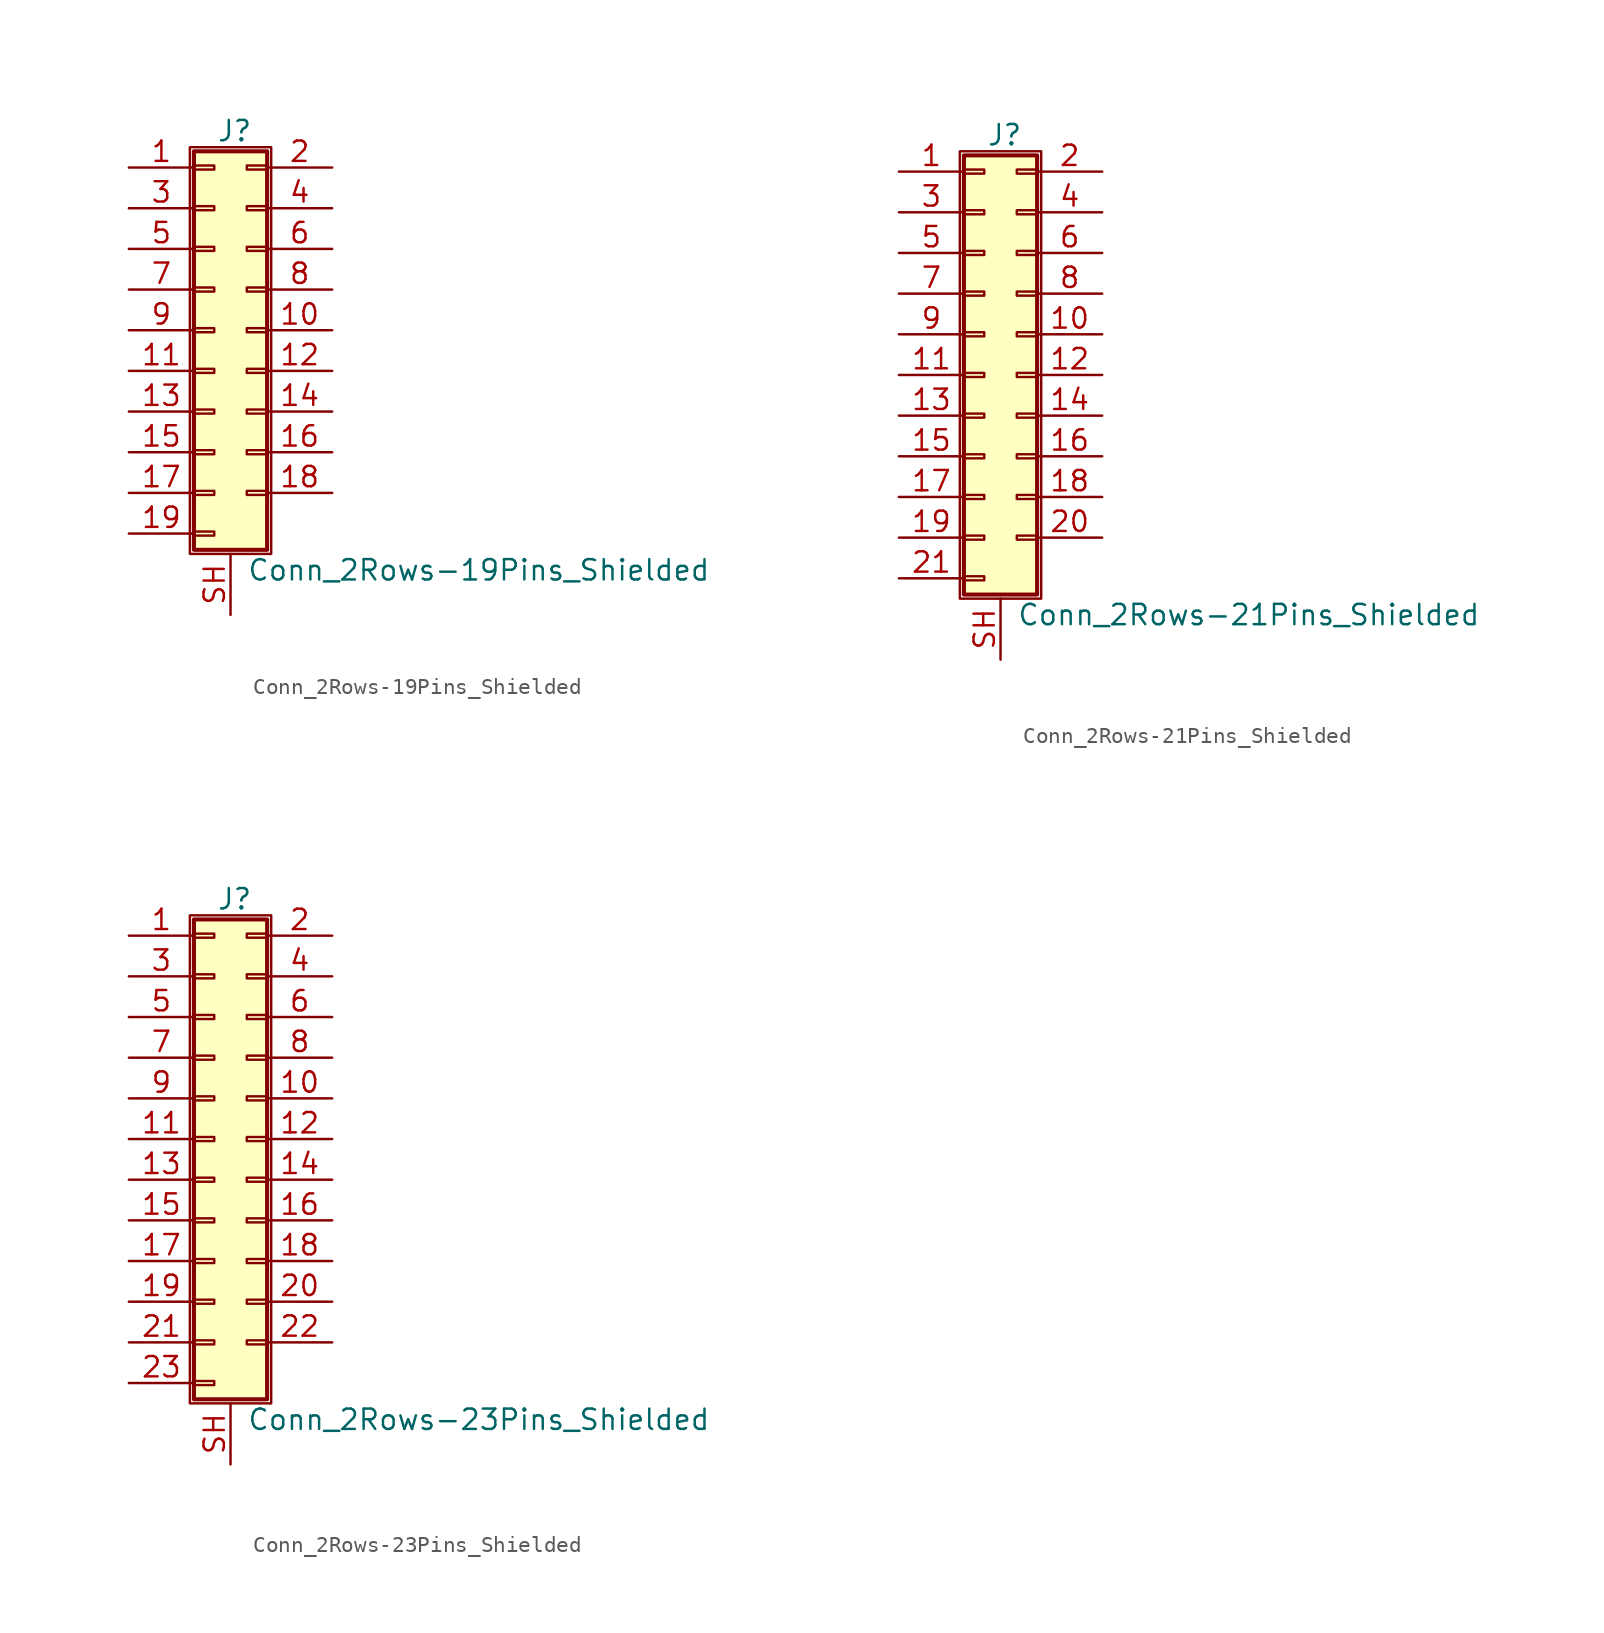
<source format=kicad_sym>
(kicad_symbol_lib
  (version 20201005)
  (generator kicad_symbol_editor)
  (symbol "Conn_2Rows-19Pins_Shielded"
    (pin_names
      (offset 1.016) hide)
    (property "Reference" "J"
      (at 1.524 12.446 0)
      (effects (font (size 1.27 1.27))))
    (property "Value" "Conn_2Rows-19Pins_Shielded"
      (at 2.286 -14.986 0)
      (effects (font (size 1.27 1.27)) (justify left)))
    (symbol "Conn_2Rows-19Pins_Shielded_1_1"
      (rectangle (start -1.27 11.43) (end 3.81 -13.97) (stroke (width 0.152)) (fill (type none)))
      (rectangle (start -1.016 -12.573) (end 0.254 -12.827) (stroke (width 0.152)) (fill (type none)))
      (rectangle (start -1.016 -10.033) (end 0.254 -10.287) (stroke (width 0.152)) (fill (type none)))
      (rectangle (start -1.016 -7.493) (end 0.254 -7.747) (stroke (width 0.152)) (fill (type none)))
      (rectangle (start -1.016 -4.953) (end 0.254 -5.207) (stroke (width 0.152)) (fill (type none)))
      (rectangle (start -1.016 -2.413) (end 0.254 -2.667) (stroke (width 0.152)) (fill (type none)))
      (rectangle (start -1.016 0.127) (end 0.254 -0.127) (stroke (width 0.152)) (fill (type none)))
      (rectangle (start -1.016 2.667) (end 0.254 2.413) (stroke (width 0.152)) (fill (type none)))
      (rectangle (start -1.016 5.207) (end 0.254 4.953) (stroke (width 0.152)) (fill (type none)))
      (rectangle (start -1.016 7.747) (end 0.254 7.493) (stroke (width 0.152)) (fill (type none)))
      (rectangle (start -1.016 10.287) (end 0.254 10.033) (stroke (width 0.152)) (fill (type none)))
      (rectangle (start 3.556 -10.033) (end 2.286 -10.287) (stroke (width 0.152)) (fill (type none)))
      (rectangle (start 3.556 -7.493) (end 2.286 -7.747) (stroke (width 0.152)) (fill (type none)))
      (rectangle (start 3.556 -4.953) (end 2.286 -5.207) (stroke (width 0.152)) (fill (type none)))
      (rectangle (start 3.556 -2.413) (end 2.286 -2.667) (stroke (width 0.152)) (fill (type none)))
      (rectangle (start 3.556 0.127) (end 2.286 -0.127) (stroke (width 0.152)) (fill (type none)))
      (rectangle (start 3.556 2.667) (end 2.286 2.413) (stroke (width 0.152)) (fill (type none)))
      (rectangle (start 3.556 5.207) (end 2.286 4.953) (stroke (width 0.152)) (fill (type none)))
      (rectangle (start 3.556 7.747) (end 2.286 7.493) (stroke (width 0.152)) (fill (type none)))
      (rectangle (start 3.556 10.287) (end 2.286 10.033) (stroke (width 0.152)) (fill (type none)))
      (rectangle (start -1.016 11.176) (end 3.556 -13.716) (stroke (width 0.254)) (fill (type background)))
      (pin passive line (at -5.08 10.16 0) (length 4.064) (name "Pin_1" (effects (font (size 1.27 1.27)))) (number "1" (effects (font (size 1.27 1.27)))))
      (pin passive line (at 7.62 0 180) (length 4.064) (name "Pin_10" (effects (font (size 1.27 1.27)))) (number "10" (effects (font (size 1.27 1.27)))))
      (pin passive line (at -5.08 -2.54 0) (length 4.064) (name "Pin_11" (effects (font (size 1.27 1.27)))) (number "11" (effects (font (size 1.27 1.27)))))
      (pin passive line (at 7.62 -2.54 180) (length 4.064) (name "Pin_12" (effects (font (size 1.27 1.27)))) (number "12" (effects (font (size 1.27 1.27)))))
      (pin passive line (at -5.08 -5.08 0) (length 4.064) (name "Pin_13" (effects (font (size 1.27 1.27)))) (number "13" (effects (font (size 1.27 1.27)))))
      (pin passive line (at 7.62 -5.08 180) (length 4.064) (name "Pin_14" (effects (font (size 1.27 1.27)))) (number "14" (effects (font (size 1.27 1.27)))))
      (pin passive line (at -5.08 -7.62 0) (length 4.064) (name "Pin_15" (effects (font (size 1.27 1.27)))) (number "15" (effects (font (size 1.27 1.27)))))
      (pin passive line (at 7.62 -7.62 180) (length 4.064) (name "Pin_16" (effects (font (size 1.27 1.27)))) (number "16" (effects (font (size 1.27 1.27)))))
      (pin passive line (at -5.08 -10.16 0) (length 4.064) (name "Pin_17" (effects (font (size 1.27 1.27)))) (number "17" (effects (font (size 1.27 1.27)))))
      (pin passive line (at 7.62 -10.16 180) (length 4.064) (name "Pin_18" (effects (font (size 1.27 1.27)))) (number "18" (effects (font (size 1.27 1.27)))))
      (pin passive line (at -5.08 -12.7 0) (length 4.064) (name "Pin_19" (effects (font (size 1.27 1.27)))) (number "19" (effects (font (size 1.27 1.27)))))
      (pin passive line (at 7.62 10.16 180) (length 4.064) (name "Pin_2" (effects (font (size 1.27 1.27)))) (number "2" (effects (font (size 1.27 1.27)))))
      (pin passive line (at -5.08 7.62 0) (length 4.064) (name "Pin_3" (effects (font (size 1.27 1.27)))) (number "3" (effects (font (size 1.27 1.27)))))
      (pin passive line (at 7.62 7.62 180) (length 4.064) (name "Pin_4" (effects (font (size 1.27 1.27)))) (number "4" (effects (font (size 1.27 1.27)))))
      (pin passive line (at -5.08 5.08 0) (length 4.064) (name "Pin_5" (effects (font (size 1.27 1.27)))) (number "5" (effects (font (size 1.27 1.27)))))
      (pin passive line (at 7.62 5.08 180) (length 4.064) (name "Pin_6" (effects (font (size 1.27 1.27)))) (number "6" (effects (font (size 1.27 1.27)))))
      (pin passive line (at -5.08 2.54 0) (length 4.064) (name "Pin_7" (effects (font (size 1.27 1.27)))) (number "7" (effects (font (size 1.27 1.27)))))
      (pin passive line (at 7.62 2.54 180) (length 4.064) (name "Pin_8" (effects (font (size 1.27 1.27)))) (number "8" (effects (font (size 1.27 1.27)))))
      (pin passive line (at -5.08 0 0) (length 4.064) (name "Pin_9" (effects (font (size 1.27 1.27)))) (number "9" (effects (font (size 1.27 1.27)))))
      (pin passive line (at 1.27 -17.78 90) (length 3.81) (name "Shield" (effects (font (size 1.27 1.27)))) (number "SH" (effects (font (size 1.27 1.27)))))))
  (symbol "Conn_2Rows-21Pins_Shielded"
    (pin_names
      (offset 1.016) hide)
    (property "Reference" "J"
      (at 1.524 14.986 0)
      (effects (font (size 1.27 1.27))))
    (property "Value" "Conn_2Rows-21Pins_Shielded"
      (at 2.286 -14.986 0)
      (effects (font (size 1.27 1.27)) (justify left)))
    (symbol "Conn_2Rows-21Pins_Shielded_1_1"
      (rectangle (start -1.27 13.97) (end 3.81 -13.97) (stroke (width 0.152)) (fill (type none)))
      (rectangle (start -1.016 -12.573) (end 0.254 -12.827) (stroke (width 0.152)) (fill (type none)))
      (rectangle (start -1.016 -10.033) (end 0.254 -10.287) (stroke (width 0.152)) (fill (type none)))
      (rectangle (start -1.016 -7.493) (end 0.254 -7.747) (stroke (width 0.152)) (fill (type none)))
      (rectangle (start -1.016 -4.953) (end 0.254 -5.207) (stroke (width 0.152)) (fill (type none)))
      (rectangle (start -1.016 -2.413) (end 0.254 -2.667) (stroke (width 0.152)) (fill (type none)))
      (rectangle (start -1.016 0.127) (end 0.254 -0.127) (stroke (width 0.152)) (fill (type none)))
      (rectangle (start -1.016 2.667) (end 0.254 2.413) (stroke (width 0.152)) (fill (type none)))
      (rectangle (start -1.016 5.207) (end 0.254 4.953) (stroke (width 0.152)) (fill (type none)))
      (rectangle (start -1.016 7.747) (end 0.254 7.493) (stroke (width 0.152)) (fill (type none)))
      (rectangle (start -1.016 10.287) (end 0.254 10.033) (stroke (width 0.152)) (fill (type none)))
      (rectangle (start -1.016 12.827) (end 0.254 12.573) (stroke (width 0.152)) (fill (type none)))
      (rectangle (start 3.556 -10.033) (end 2.286 -10.287) (stroke (width 0.152)) (fill (type none)))
      (rectangle (start 3.556 -7.493) (end 2.286 -7.747) (stroke (width 0.152)) (fill (type none)))
      (rectangle (start 3.556 -4.953) (end 2.286 -5.207) (stroke (width 0.152)) (fill (type none)))
      (rectangle (start 3.556 -2.413) (end 2.286 -2.667) (stroke (width 0.152)) (fill (type none)))
      (rectangle (start 3.556 0.127) (end 2.286 -0.127) (stroke (width 0.152)) (fill (type none)))
      (rectangle (start 3.556 2.667) (end 2.286 2.413) (stroke (width 0.152)) (fill (type none)))
      (rectangle (start 3.556 5.207) (end 2.286 4.953) (stroke (width 0.152)) (fill (type none)))
      (rectangle (start 3.556 7.747) (end 2.286 7.493) (stroke (width 0.152)) (fill (type none)))
      (rectangle (start 3.556 10.287) (end 2.286 10.033) (stroke (width 0.152)) (fill (type none)))
      (rectangle (start 3.556 12.827) (end 2.286 12.573) (stroke (width 0.152)) (fill (type none)))
      (rectangle (start -1.016 13.716) (end 3.556 -13.716) (stroke (width 0.254)) (fill (type background)))
      (pin passive line (at -5.08 12.7 0) (length 4.064) (name "Pin_1" (effects (font (size 1.27 1.27)))) (number "1" (effects (font (size 1.27 1.27)))))
      (pin passive line (at 7.62 2.54 180) (length 4.064) (name "Pin_10" (effects (font (size 1.27 1.27)))) (number "10" (effects (font (size 1.27 1.27)))))
      (pin passive line (at -5.08 0 0) (length 4.064) (name "Pin_11" (effects (font (size 1.27 1.27)))) (number "11" (effects (font (size 1.27 1.27)))))
      (pin passive line (at 7.62 0 180) (length 4.064) (name "Pin_12" (effects (font (size 1.27 1.27)))) (number "12" (effects (font (size 1.27 1.27)))))
      (pin passive line (at -5.08 -2.54 0) (length 4.064) (name "Pin_13" (effects (font (size 1.27 1.27)))) (number "13" (effects (font (size 1.27 1.27)))))
      (pin passive line (at 7.62 -2.54 180) (length 4.064) (name "Pin_14" (effects (font (size 1.27 1.27)))) (number "14" (effects (font (size 1.27 1.27)))))
      (pin passive line (at -5.08 -5.08 0) (length 4.064) (name "Pin_15" (effects (font (size 1.27 1.27)))) (number "15" (effects (font (size 1.27 1.27)))))
      (pin passive line (at 7.62 -5.08 180) (length 4.064) (name "Pin_16" (effects (font (size 1.27 1.27)))) (number "16" (effects (font (size 1.27 1.27)))))
      (pin passive line (at -5.08 -7.62 0) (length 4.064) (name "Pin_17" (effects (font (size 1.27 1.27)))) (number "17" (effects (font (size 1.27 1.27)))))
      (pin passive line (at 7.62 -7.62 180) (length 4.064) (name "Pin_18" (effects (font (size 1.27 1.27)))) (number "18" (effects (font (size 1.27 1.27)))))
      (pin passive line (at -5.08 -10.16 0) (length 4.064) (name "Pin_19" (effects (font (size 1.27 1.27)))) (number "19" (effects (font (size 1.27 1.27)))))
      (pin passive line (at 7.62 12.7 180) (length 4.064) (name "Pin_2" (effects (font (size 1.27 1.27)))) (number "2" (effects (font (size 1.27 1.27)))))
      (pin passive line (at 7.62 -10.16 180) (length 4.064) (name "Pin_20" (effects (font (size 1.27 1.27)))) (number "20" (effects (font (size 1.27 1.27)))))
      (pin passive line (at -5.08 -12.7 0) (length 4.064) (name "Pin_21" (effects (font (size 1.27 1.27)))) (number "21" (effects (font (size 1.27 1.27)))))
      (pin passive line (at -5.08 10.16 0) (length 4.064) (name "Pin_3" (effects (font (size 1.27 1.27)))) (number "3" (effects (font (size 1.27 1.27)))))
      (pin passive line (at 7.62 10.16 180) (length 4.064) (name "Pin_4" (effects (font (size 1.27 1.27)))) (number "4" (effects (font (size 1.27 1.27)))))
      (pin passive line (at -5.08 7.62 0) (length 4.064) (name "Pin_5" (effects (font (size 1.27 1.27)))) (number "5" (effects (font (size 1.27 1.27)))))
      (pin passive line (at 7.62 7.62 180) (length 4.064) (name "Pin_6" (effects (font (size 1.27 1.27)))) (number "6" (effects (font (size 1.27 1.27)))))
      (pin passive line (at -5.08 5.08 0) (length 4.064) (name "Pin_7" (effects (font (size 1.27 1.27)))) (number "7" (effects (font (size 1.27 1.27)))))
      (pin passive line (at 7.62 5.08 180) (length 4.064) (name "Pin_8" (effects (font (size 1.27 1.27)))) (number "8" (effects (font (size 1.27 1.27)))))
      (pin passive line (at -5.08 2.54 0) (length 4.064) (name "Pin_9" (effects (font (size 1.27 1.27)))) (number "9" (effects (font (size 1.27 1.27)))))
      (pin passive line (at 1.27 -17.78 90) (length 3.81) (name "Shield" (effects (font (size 1.27 1.27)))) (number "SH" (effects (font (size 1.27 1.27)))))))
  (symbol "Conn_2Rows-23Pins_Shielded"
    (pin_names
      (offset 1.016) hide)
    (property "Reference" "J"
      (at 1.524 14.986 0)
      (effects (font (size 1.27 1.27))))
    (property "Value" "Conn_2Rows-23Pins_Shielded"
      (at 2.286 -17.526 0)
      (effects (font (size 1.27 1.27)) (justify left)))
    (symbol "Conn_2Rows-23Pins_Shielded_1_1"
      (rectangle (start -1.27 13.97) (end 3.81 -16.51) (stroke (width 0.152)) (fill (type none)))
      (rectangle (start -1.016 -15.113) (end 0.254 -15.367) (stroke (width 0.152)) (fill (type none)))
      (rectangle (start -1.016 -12.573) (end 0.254 -12.827) (stroke (width 0.152)) (fill (type none)))
      (rectangle (start -1.016 -10.033) (end 0.254 -10.287) (stroke (width 0.152)) (fill (type none)))
      (rectangle (start -1.016 -7.493) (end 0.254 -7.747) (stroke (width 0.152)) (fill (type none)))
      (rectangle (start -1.016 -4.953) (end 0.254 -5.207) (stroke (width 0.152)) (fill (type none)))
      (rectangle (start -1.016 -2.413) (end 0.254 -2.667) (stroke (width 0.152)) (fill (type none)))
      (rectangle (start -1.016 0.127) (end 0.254 -0.127) (stroke (width 0.152)) (fill (type none)))
      (rectangle (start -1.016 2.667) (end 0.254 2.413) (stroke (width 0.152)) (fill (type none)))
      (rectangle (start -1.016 5.207) (end 0.254 4.953) (stroke (width 0.152)) (fill (type none)))
      (rectangle (start -1.016 7.747) (end 0.254 7.493) (stroke (width 0.152)) (fill (type none)))
      (rectangle (start -1.016 10.287) (end 0.254 10.033) (stroke (width 0.152)) (fill (type none)))
      (rectangle (start -1.016 12.827) (end 0.254 12.573) (stroke (width 0.152)) (fill (type none)))
      (rectangle (start 3.556 -12.573) (end 2.286 -12.827) (stroke (width 0.152)) (fill (type none)))
      (rectangle (start 3.556 -10.033) (end 2.286 -10.287) (stroke (width 0.152)) (fill (type none)))
      (rectangle (start 3.556 -7.493) (end 2.286 -7.747) (stroke (width 0.152)) (fill (type none)))
      (rectangle (start 3.556 -4.953) (end 2.286 -5.207) (stroke (width 0.152)) (fill (type none)))
      (rectangle (start 3.556 -2.413) (end 2.286 -2.667) (stroke (width 0.152)) (fill (type none)))
      (rectangle (start 3.556 0.127) (end 2.286 -0.127) (stroke (width 0.152)) (fill (type none)))
      (rectangle (start 3.556 2.667) (end 2.286 2.413) (stroke (width 0.152)) (fill (type none)))
      (rectangle (start 3.556 5.207) (end 2.286 4.953) (stroke (width 0.152)) (fill (type none)))
      (rectangle (start 3.556 7.747) (end 2.286 7.493) (stroke (width 0.152)) (fill (type none)))
      (rectangle (start 3.556 10.287) (end 2.286 10.033) (stroke (width 0.152)) (fill (type none)))
      (rectangle (start 3.556 12.827) (end 2.286 12.573) (stroke (width 0.152)) (fill (type none)))
      (rectangle (start -1.016 13.716) (end 3.556 -16.256) (stroke (width 0.254)) (fill (type background)))
      (pin passive line (at -5.08 12.7 0) (length 4.064) (name "Pin_1" (effects (font (size 1.27 1.27)))) (number "1" (effects (font (size 1.27 1.27)))))
      (pin passive line (at 7.62 2.54 180) (length 4.064) (name "Pin_10" (effects (font (size 1.27 1.27)))) (number "10" (effects (font (size 1.27 1.27)))))
      (pin passive line (at -5.08 0 0) (length 4.064) (name "Pin_11" (effects (font (size 1.27 1.27)))) (number "11" (effects (font (size 1.27 1.27)))))
      (pin passive line (at 7.62 0 180) (length 4.064) (name "Pin_12" (effects (font (size 1.27 1.27)))) (number "12" (effects (font (size 1.27 1.27)))))
      (pin passive line (at -5.08 -2.54 0) (length 4.064) (name "Pin_13" (effects (font (size 1.27 1.27)))) (number "13" (effects (font (size 1.27 1.27)))))
      (pin passive line (at 7.62 -2.54 180) (length 4.064) (name "Pin_14" (effects (font (size 1.27 1.27)))) (number "14" (effects (font (size 1.27 1.27)))))
      (pin passive line (at -5.08 -5.08 0) (length 4.064) (name "Pin_15" (effects (font (size 1.27 1.27)))) (number "15" (effects (font (size 1.27 1.27)))))
      (pin passive line (at 7.62 -5.08 180) (length 4.064) (name "Pin_16" (effects (font (size 1.27 1.27)))) (number "16" (effects (font (size 1.27 1.27)))))
      (pin passive line (at -5.08 -7.62 0) (length 4.064) (name "Pin_17" (effects (font (size 1.27 1.27)))) (number "17" (effects (font (size 1.27 1.27)))))
      (pin passive line (at 7.62 -7.62 180) (length 4.064) (name "Pin_18" (effects (font (size 1.27 1.27)))) (number "18" (effects (font (size 1.27 1.27)))))
      (pin passive line (at -5.08 -10.16 0) (length 4.064) (name "Pin_19" (effects (font (size 1.27 1.27)))) (number "19" (effects (font (size 1.27 1.27)))))
      (pin passive line (at 7.62 12.7 180) (length 4.064) (name "Pin_2" (effects (font (size 1.27 1.27)))) (number "2" (effects (font (size 1.27 1.27)))))
      (pin passive line (at 7.62 -10.16 180) (length 4.064) (name "Pin_20" (effects (font (size 1.27 1.27)))) (number "20" (effects (font (size 1.27 1.27)))))
      (pin passive line (at -5.08 -12.7 0) (length 4.064) (name "Pin_21" (effects (font (size 1.27 1.27)))) (number "21" (effects (font (size 1.27 1.27)))))
      (pin passive line (at 7.62 -12.7 180) (length 4.064) (name "Pin_22" (effects (font (size 1.27 1.27)))) (number "22" (effects (font (size 1.27 1.27)))))
      (pin passive line (at -5.08 -15.24 0) (length 4.064) (name "Pin_23" (effects (font (size 1.27 1.27)))) (number "23" (effects (font (size 1.27 1.27)))))
      (pin passive line (at -5.08 10.16 0) (length 4.064) (name "Pin_3" (effects (font (size 1.27 1.27)))) (number "3" (effects (font (size 1.27 1.27)))))
      (pin passive line (at 7.62 10.16 180) (length 4.064) (name "Pin_4" (effects (font (size 1.27 1.27)))) (number "4" (effects (font (size 1.27 1.27)))))
      (pin passive line (at -5.08 7.62 0) (length 4.064) (name "Pin_5" (effects (font (size 1.27 1.27)))) (number "5" (effects (font (size 1.27 1.27)))))
      (pin passive line (at 7.62 7.62 180) (length 4.064) (name "Pin_6" (effects (font (size 1.27 1.27)))) (number "6" (effects (font (size 1.27 1.27)))))
      (pin passive line (at -5.08 5.08 0) (length 4.064) (name "Pin_7" (effects (font (size 1.27 1.27)))) (number "7" (effects (font (size 1.27 1.27)))))
      (pin passive line (at 7.62 5.08 180) (length 4.064) (name "Pin_8" (effects (font (size 1.27 1.27)))) (number "8" (effects (font (size 1.27 1.27)))))
      (pin passive line (at -5.08 2.54 0) (length 4.064) (name "Pin_9" (effects (font (size 1.27 1.27)))) (number "9" (effects (font (size 1.27 1.27)))))
      (pin passive line (at 1.27 -20.32 90) (length 3.81) (name "Shield" (effects (font (size 1.27 1.27)))) (number "SH" (effects (font (size 1.27 1.27))))))))
</source>
